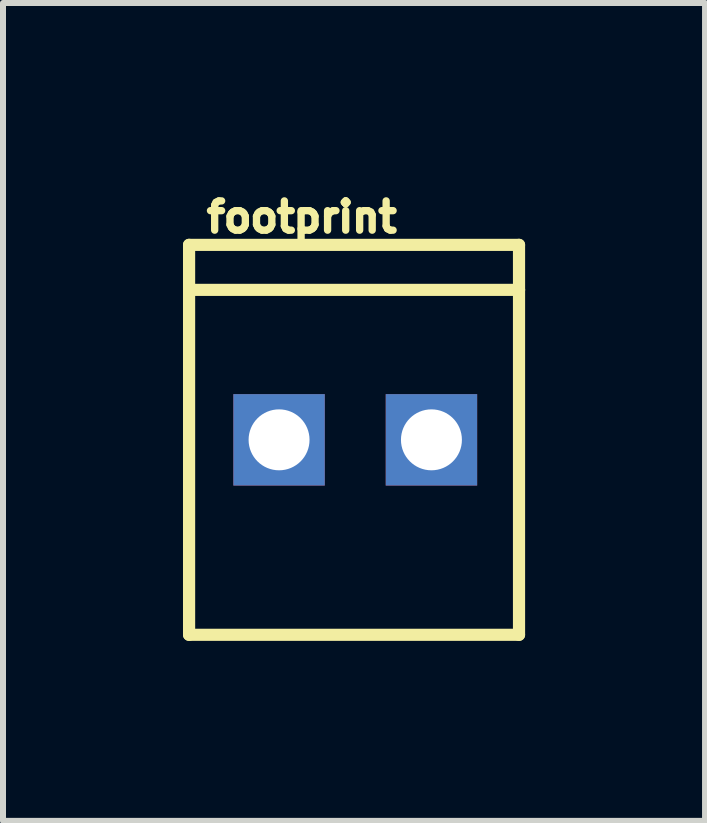
<source format=kicad_pcb>
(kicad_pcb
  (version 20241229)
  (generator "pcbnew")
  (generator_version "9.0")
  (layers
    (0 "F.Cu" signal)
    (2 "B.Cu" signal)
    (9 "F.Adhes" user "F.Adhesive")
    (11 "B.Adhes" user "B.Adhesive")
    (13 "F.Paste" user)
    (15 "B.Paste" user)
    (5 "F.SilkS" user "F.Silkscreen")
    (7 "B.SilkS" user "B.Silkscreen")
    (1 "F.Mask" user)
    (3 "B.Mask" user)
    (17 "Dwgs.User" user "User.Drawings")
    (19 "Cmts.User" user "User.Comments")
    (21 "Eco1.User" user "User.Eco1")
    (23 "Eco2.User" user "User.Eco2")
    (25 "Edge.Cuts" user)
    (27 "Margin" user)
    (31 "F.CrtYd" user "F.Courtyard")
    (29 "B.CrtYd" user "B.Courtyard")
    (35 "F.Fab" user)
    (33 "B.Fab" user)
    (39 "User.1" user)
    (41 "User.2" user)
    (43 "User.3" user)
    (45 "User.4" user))
  (footprint "footprint"
    (layer "F.Cu")
    (at 1.602 4.282)
    (property "Reference" "footprint" (at -1.27 -3.429 0) (layer "F.SilkS") (effects (font (size 0.488 0.488) (thickness 0.122)) (justify left bottom)))
    (fp_line (start -1.5 -3.25) (end 4 -3.25) (stroke (width 0.203) (type solid)) (layer "F.SilkS"))
    (fp_line (start -1.5 -2.5) (end -1.5 -3.25) (stroke (width 0.203) (type solid)) (layer "F.SilkS"))
    (fp_line (start -1.5 -2.5) (end 4 -2.5) (stroke (width 0.203) (type solid)) (layer "F.SilkS"))
    (fp_line (start -1.5 3.25) (end -1.5 -2.5) (stroke (width 0.203) (type solid)) (layer "F.SilkS"))
    (fp_line (start 4 -3.25) (end 4 -2.5) (stroke (width 0.203) (type solid)) (layer "F.SilkS"))
    (fp_line (start 4 -2.5) (end 4 3.25) (stroke (width 0.203) (type solid)) (layer "F.SilkS"))
    (fp_line (start 4 3.25) (end -1.5 3.25) (stroke (width 0.203) (type solid)) (layer "F.SilkS"))
    (pad "P1" thru_hole rect (at 2.54 0) (size 1.524 1.524) (drill 1.016) (layers "*.Cu" "*.Mask"))
    (pad "P2" thru_hole rect (at 0 0) (size 1.524 1.524) (drill 1.016) (layers "*.Cu" "*.Mask")))
  (gr_rect
    (start -3 -3)
    (end 8.703 10.634)
    (stroke (width 0.1) (type default))
    (fill no)
    (layer "Edge.Cuts")))
</source>
